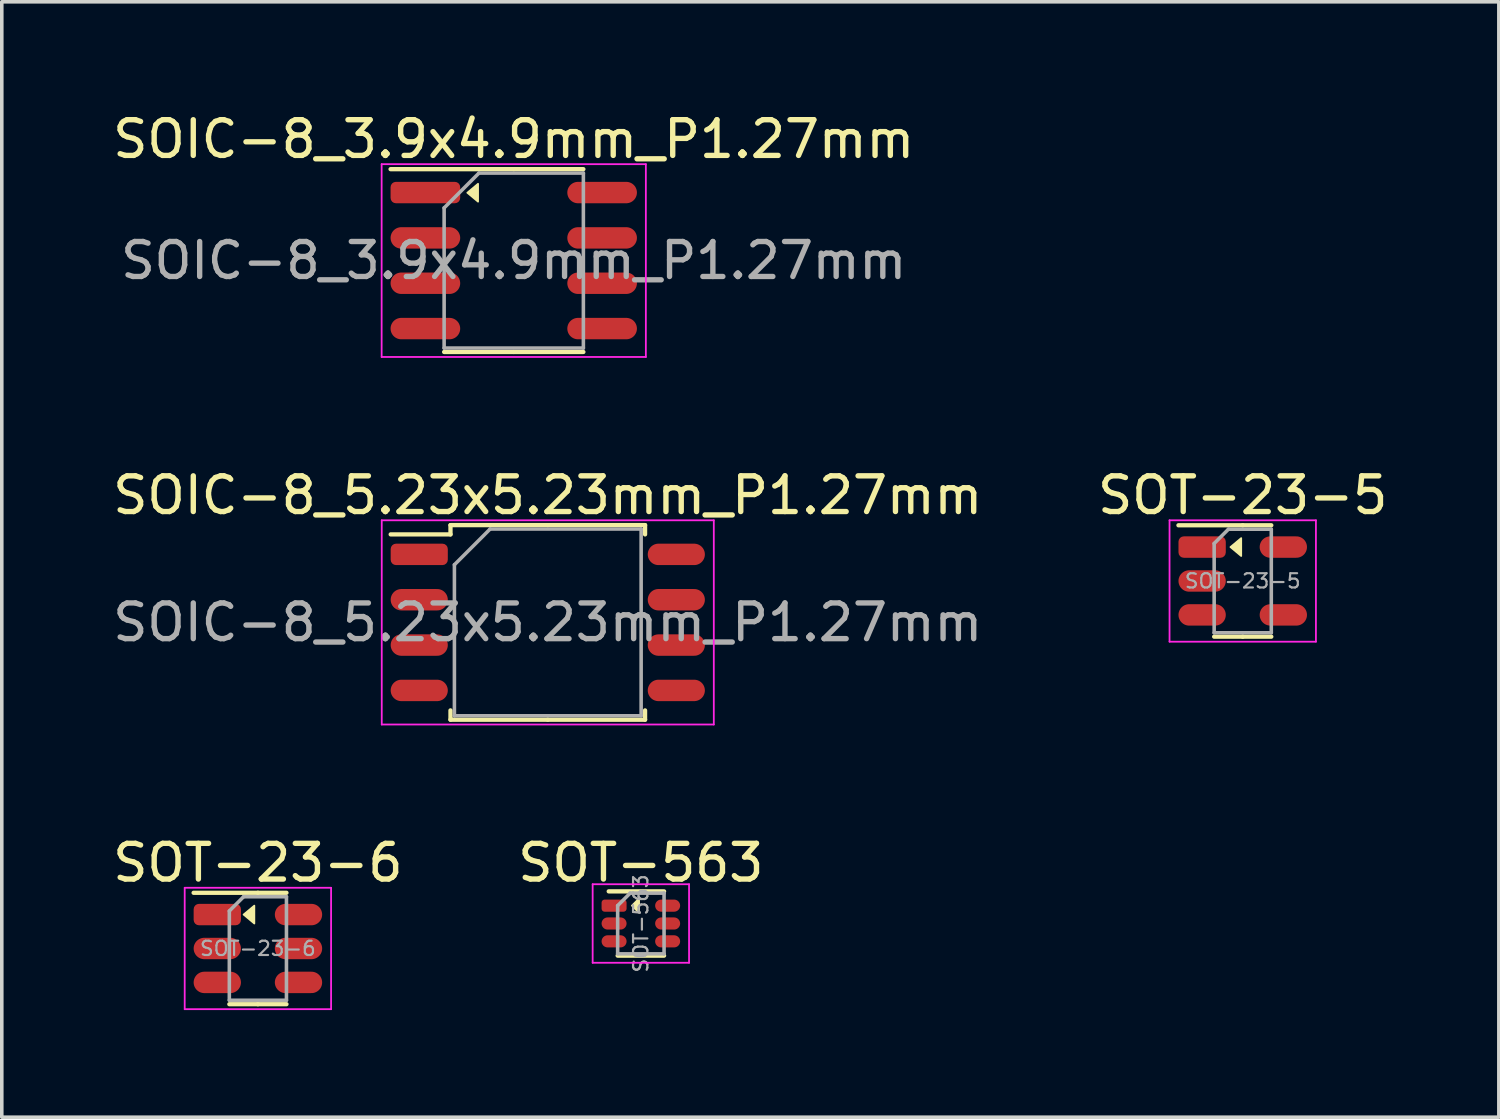
<source format=kicad_pcb>
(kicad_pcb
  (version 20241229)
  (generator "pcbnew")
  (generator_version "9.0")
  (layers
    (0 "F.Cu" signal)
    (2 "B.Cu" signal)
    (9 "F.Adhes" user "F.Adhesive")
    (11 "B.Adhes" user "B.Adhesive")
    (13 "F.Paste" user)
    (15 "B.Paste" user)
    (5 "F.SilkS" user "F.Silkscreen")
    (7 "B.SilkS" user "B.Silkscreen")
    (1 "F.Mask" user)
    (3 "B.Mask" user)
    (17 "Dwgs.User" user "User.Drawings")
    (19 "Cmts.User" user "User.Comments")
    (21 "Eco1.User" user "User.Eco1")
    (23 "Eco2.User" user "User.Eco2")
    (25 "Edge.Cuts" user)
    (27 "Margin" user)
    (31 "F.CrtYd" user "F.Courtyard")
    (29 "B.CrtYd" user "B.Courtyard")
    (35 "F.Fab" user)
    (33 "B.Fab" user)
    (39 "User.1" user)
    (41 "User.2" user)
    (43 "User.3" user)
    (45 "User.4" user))
  (footprint "SOT-23-5"
    (layer "F.Cu")
    (at 31.756 13.222)
    (property "Reference" "SOT-23-5" (at 0 -2.4 0) (layer "F.SilkS") (effects (font (size 1 1) (thickness 0.15))))
    (attr smd)
    (fp_line (start 0 -1.56) (end -1.8 -1.56) (stroke (width 0.12) (type solid)) (layer "F.SilkS"))
    (fp_line (start 0 -1.56) (end 0.8 -1.56) (stroke (width 0.12) (type solid)) (layer "F.SilkS"))
    (fp_line (start 0 1.56) (end -0.8 1.56) (stroke (width 0.12) (type solid)) (layer "F.SilkS"))
    (fp_line (start 0 1.56) (end 0.8 1.56) (stroke (width 0.12) (type solid)) (layer "F.SilkS"))
    (fp_poly (pts (xy -0.343 -0.95) (xy -0.043 -1.2) (xy -0.043 -0.7)) (stroke (width 0.05) (type solid)) (fill yes) (layer "F.SilkS"))
    (fp_line (start -2.05 -1.7) (end -2.05 1.7) (stroke (width 0.05) (type solid)) (layer "F.CrtYd"))
    (fp_line (start -2.05 1.7) (end 2.05 1.7) (stroke (width 0.05) (type solid)) (layer "F.CrtYd"))
    (fp_line (start 2.05 -1.7) (end -2.05 -1.7) (stroke (width 0.05) (type solid)) (layer "F.CrtYd"))
    (fp_line (start 2.05 1.7) (end 2.05 -1.7) (stroke (width 0.05) (type solid)) (layer "F.CrtYd"))
    (fp_line (start -0.8 -1.05) (end -0.4 -1.45) (stroke (width 0.1) (type solid)) (layer "F.Fab"))
    (fp_line (start -0.8 1.45) (end -0.8 -1.05) (stroke (width 0.1) (type solid)) (layer "F.Fab"))
    (fp_line (start -0.4 -1.45) (end 0.8 -1.45) (stroke (width 0.1) (type solid)) (layer "F.Fab"))
    (fp_line (start 0.8 -1.45) (end 0.8 1.45) (stroke (width 0.1) (type solid)) (layer "F.Fab"))
    (fp_line (start 0.8 1.45) (end -0.8 1.45) (stroke (width 0.1) (type solid)) (layer "F.Fab"))
    (fp_text user "${REFERENCE}" (at 0 0 0) (layer "F.Fab") (effects (font (size 0.4 0.4) (thickness 0.06))))
    (pad "1" smd roundrect (at -1.137 -0.95) (size 1.325 0.6) (layers "F.Cu" "F.Mask" "F.Paste") (roundrect_rratio 0.25))
    (pad "2" smd oval (at -1.137 0) (size 1.325 0.6) (layers "F.Cu" "F.Mask" "F.Paste"))
    (pad "3" smd oval (at -1.137 0.95) (size 1.325 0.6) (layers "F.Cu" "F.Mask" "F.Paste"))
    (pad "4" smd oval (at 1.137 0.95) (size 1.325 0.6) (layers "F.Cu" "F.Mask" "F.Paste"))
    (pad "5" smd oval (at 1.137 -0.95) (size 1.325 0.6) (layers "F.Cu" "F.Mask" "F.Paste")))
  (footprint "SOIC-8_5.23x5.23mm_P1.27mm"
    (layer "F.Cu")
    (at 12.292 14.382)
    (property "Reference" "SOIC-8_5.23x5.23mm_P1.27mm" (at 0 -3.56 0) (layer "F.SilkS") (effects (font (size 1 1) (thickness 0.15))))
    (attr smd)
    (fp_line (start -2.725 -2.725) (end -2.725 -2.465) (stroke (width 0.12) (type solid)) (layer "F.SilkS"))
    (fp_line (start -2.725 -2.465) (end -4.4 -2.465) (stroke (width 0.12) (type solid)) (layer "F.SilkS"))
    (fp_line (start -2.725 2.725) (end -2.725 2.465) (stroke (width 0.12) (type solid)) (layer "F.SilkS"))
    (fp_line (start 0 -2.725) (end -2.725 -2.725) (stroke (width 0.12) (type solid)) (layer "F.SilkS"))
    (fp_line (start 0 -2.725) (end 2.725 -2.725) (stroke (width 0.12) (type solid)) (layer "F.SilkS"))
    (fp_line (start 0 2.725) (end -2.725 2.725) (stroke (width 0.12) (type solid)) (layer "F.SilkS"))
    (fp_line (start 0 2.725) (end 2.725 2.725) (stroke (width 0.12) (type solid)) (layer "F.SilkS"))
    (fp_line (start 2.725 -2.725) (end 2.725 -2.465) (stroke (width 0.12) (type solid)) (layer "F.SilkS"))
    (fp_line (start 2.725 2.725) (end 2.725 2.465) (stroke (width 0.12) (type solid)) (layer "F.SilkS"))
    (fp_line (start -4.65 -2.86) (end -4.65 2.86) (stroke (width 0.05) (type solid)) (layer "F.CrtYd"))
    (fp_line (start -4.65 2.86) (end 4.65 2.86) (stroke (width 0.05) (type solid)) (layer "F.CrtYd"))
    (fp_line (start 4.65 -2.86) (end -4.65 -2.86) (stroke (width 0.05) (type solid)) (layer "F.CrtYd"))
    (fp_line (start 4.65 2.86) (end 4.65 -2.86) (stroke (width 0.05) (type solid)) (layer "F.CrtYd"))
    (fp_line (start -2.615 -1.615) (end -1.615 -2.615) (stroke (width 0.1) (type solid)) (layer "F.Fab"))
    (fp_line (start -2.615 2.615) (end -2.615 -1.615) (stroke (width 0.1) (type solid)) (layer "F.Fab"))
    (fp_line (start -1.615 -2.615) (end 2.615 -2.615) (stroke (width 0.1) (type solid)) (layer "F.Fab"))
    (fp_line (start 2.615 -2.615) (end 2.615 2.615) (stroke (width 0.1) (type solid)) (layer "F.Fab"))
    (fp_line (start 2.615 2.615) (end -2.615 2.615) (stroke (width 0.1) (type solid)) (layer "F.Fab"))
    (fp_text user "${REFERENCE}" (at 0 0 0) (layer "F.Fab") (effects (font (size 1 1) (thickness 0.15))))
    (pad "1" smd roundrect (at -3.6 -1.905) (size 1.6 0.6) (layers "F.Cu" "F.Mask" "F.Paste") (roundrect_rratio 0.25))
    (pad "2" smd oval (at -3.6 -0.635) (size 1.6 0.6) (layers "F.Cu" "F.Mask" "F.Paste"))
    (pad "3" smd oval (at -3.6 0.635) (size 1.6 0.6) (layers "F.Cu" "F.Mask" "F.Paste"))
    (pad "4" smd oval (at -3.6 1.905) (size 1.6 0.6) (layers "F.Cu" "F.Mask" "F.Paste"))
    (pad "5" smd oval (at 3.6 1.905) (size 1.6 0.6) (layers "F.Cu" "F.Mask" "F.Paste"))
    (pad "6" smd oval (at 3.6 0.635) (size 1.6 0.6) (layers "F.Cu" "F.Mask" "F.Paste"))
    (pad "7" smd oval (at 3.6 -0.635) (size 1.6 0.6) (layers "F.Cu" "F.Mask" "F.Paste"))
    (pad "8" smd oval (at 3.6 -1.905) (size 1.6 0.6) (layers "F.Cu" "F.Mask" "F.Paste")))
  (footprint "SOT-23-6"
    (layer "F.Cu")
    (at 4.173 23.515)
    (property "Reference" "SOT-23-6" (at 0 -2.4 0) (layer "F.SilkS") (effects (font (size 1 1) (thickness 0.15))))
    (attr smd)
    (fp_line (start 0 -1.56) (end -1.8 -1.56) (stroke (width 0.12) (type solid)) (layer "F.SilkS"))
    (fp_line (start 0 -1.56) (end 0.8 -1.56) (stroke (width 0.12) (type solid)) (layer "F.SilkS"))
    (fp_line (start 0 1.56) (end -0.8 1.56) (stroke (width 0.12) (type solid)) (layer "F.SilkS"))
    (fp_line (start 0 1.56) (end 0.8 1.56) (stroke (width 0.12) (type solid)) (layer "F.SilkS"))
    (fp_poly (pts (xy -0.4 -0.95) (xy -0.1 -1.2) (xy -0.1 -0.7)) (stroke (width 0.05) (type solid)) (fill yes) (layer "F.SilkS"))
    (fp_line (start -2.05 -1.7) (end -2.05 1.7) (stroke (width 0.05) (type solid)) (layer "F.CrtYd"))
    (fp_line (start -2.05 1.7) (end 2.05 1.7) (stroke (width 0.05) (type solid)) (layer "F.CrtYd"))
    (fp_line (start 2.05 -1.7) (end -2.05 -1.7) (stroke (width 0.05) (type solid)) (layer "F.CrtYd"))
    (fp_line (start 2.05 1.7) (end 2.05 -1.7) (stroke (width 0.05) (type solid)) (layer "F.CrtYd"))
    (fp_line (start -0.8 -1.05) (end -0.4 -1.45) (stroke (width 0.1) (type solid)) (layer "F.Fab"))
    (fp_line (start -0.8 1.45) (end -0.8 -1.05) (stroke (width 0.1) (type solid)) (layer "F.Fab"))
    (fp_line (start -0.4 -1.45) (end 0.8 -1.45) (stroke (width 0.1) (type solid)) (layer "F.Fab"))
    (fp_line (start 0.8 -1.45) (end 0.8 1.45) (stroke (width 0.1) (type solid)) (layer "F.Fab"))
    (fp_line (start 0.8 1.45) (end -0.8 1.45) (stroke (width 0.1) (type solid)) (layer "F.Fab"))
    (fp_text user "${REFERENCE}" (at 0 0 0) (layer "F.Fab") (effects (font (size 0.4 0.4) (thickness 0.06))))
    (pad "1" smd roundrect (at -1.137 -0.95) (size 1.325 0.6) (layers "F.Cu" "F.Mask" "F.Paste") (roundrect_rratio 0.25))
    (pad "2" smd oval (at -1.137 0) (size 1.325 0.6) (layers "F.Cu" "F.Mask" "F.Paste"))
    (pad "3" smd oval (at -1.137 0.95) (size 1.325 0.6) (layers "F.Cu" "F.Mask" "F.Paste"))
    (pad "4" smd oval (at 1.137 0.95) (size 1.325 0.6) (layers "F.Cu" "F.Mask" "F.Paste"))
    (pad "5" smd oval (at 1.137 0) (size 1.325 0.6) (layers "F.Cu" "F.Mask" "F.Paste"))
    (pad "6" smd oval (at 1.137 -0.95) (size 1.325 0.6) (layers "F.Cu" "F.Mask" "F.Paste")))
  (footprint "SOT-563"
    (layer "F.Cu")
    (at 14.899 22.815)
    (property "Reference" "SOT-563" (at 0 -1.7 0) (layer "F.SilkS") (effects (font (size 1 1) (thickness 0.15))))
    (attr smd)
    (fp_line (start -0.9 -0.9) (end 0.65 -0.9) (stroke (width 0.12) (type solid)) (layer "F.SilkS"))
    (fp_line (start 0.65 0.9) (end -0.65 0.9) (stroke (width 0.12) (type solid)) (layer "F.SilkS"))
    (fp_poly (pts (xy -0.25 -0.5) (xy -0.05 -0.7) (xy -0.05 -0.3)) (stroke (width 0.05) (type solid)) (fill yes) (layer "F.SilkS"))
    (fp_line (start -1.35 -1.1) (end -1.35 1.1) (stroke (width 0.05) (type solid)) (layer "F.CrtYd"))
    (fp_line (start -1.35 -1.1) (end 1.35 -1.1) (stroke (width 0.05) (type solid)) (layer "F.CrtYd"))
    (fp_line (start 1.35 1.1) (end -1.35 1.1) (stroke (width 0.05) (type solid)) (layer "F.CrtYd"))
    (fp_line (start 1.35 1.1) (end 1.35 -1.1) (stroke (width 0.05) (type solid)) (layer "F.CrtYd"))
    (fp_line (start -0.65 -0.5) (end -0.65 0.85) (stroke (width 0.1) (type solid)) (layer "F.Fab"))
    (fp_line (start -0.65 -0.5) (end -0.3 -0.85) (stroke (width 0.1) (type solid)) (layer "F.Fab"))
    (fp_line (start -0.65 0.85) (end 0.65 0.85) (stroke (width 0.1) (type solid)) (layer "F.Fab"))
    (fp_line (start 0.65 -0.85) (end -0.3 -0.85) (stroke (width 0.1) (type solid)) (layer "F.Fab"))
    (fp_line (start 0.65 0.85) (end 0.65 -0.85) (stroke (width 0.1) (type solid)) (layer "F.Fab"))
    (fp_text user "${REFERENCE}" (at 0 0 90) (layer "F.Fab") (effects (font (size 0.4 0.4) (thickness 0.062))))
    (pad "1" smd roundrect (at -0.75 -0.5) (size 0.7 0.34) (layers "F.Cu" "F.Mask" "F.Paste") (roundrect_rratio 0.25))
    (pad "2" smd oval (at -0.75 0) (size 0.7 0.34) (layers "F.Cu" "F.Mask" "F.Paste"))
    (pad "3" smd oval (at -0.75 0.5) (size 0.7 0.34) (layers "F.Cu" "F.Mask" "F.Paste"))
    (pad "4" smd oval (at 0.75 0.5) (size 0.7 0.34) (layers "F.Cu" "F.Mask" "F.Paste"))
    (pad "5" smd oval (at 0.75 0) (size 0.7 0.34) (layers "F.Cu" "F.Mask" "F.Paste"))
    (pad "6" smd oval (at 0.75 -0.5) (size 0.7 0.34) (layers "F.Cu" "F.Mask" "F.Paste")))
  (footprint "SOIC-8_3.9x4.9mm_P1.27mm"
    (layer "F.Cu")
    (at 11.339 4.248)
    (property "Reference" "SOIC-8_3.9x4.9mm_P1.27mm" (at 0 -3.4 0) (layer "F.SilkS") (effects (font (size 1 1) (thickness 0.15))))
    (attr smd)
    (fp_line (start 0 -2.56) (end -3.45 -2.56) (stroke (width 0.12) (type solid)) (layer "F.SilkS"))
    (fp_line (start 0 -2.56) (end 1.95 -2.56) (stroke (width 0.12) (type solid)) (layer "F.SilkS"))
    (fp_line (start 0 2.56) (end -1.95 2.56) (stroke (width 0.12) (type solid)) (layer "F.SilkS"))
    (fp_line (start 0 2.56) (end 1.95 2.56) (stroke (width 0.12) (type solid)) (layer "F.SilkS"))
    (fp_poly (pts (xy -1.3 -1.9) (xy -1 -2.15) (xy -1 -1.65)) (stroke (width 0.05) (type solid)) (fill yes) (layer "F.SilkS"))
    (fp_line (start -3.7 -2.7) (end -3.7 2.7) (stroke (width 0.05) (type solid)) (layer "F.CrtYd"))
    (fp_line (start -3.7 2.7) (end 3.7 2.7) (stroke (width 0.05) (type solid)) (layer "F.CrtYd"))
    (fp_line (start 3.7 -2.7) (end -3.7 -2.7) (stroke (width 0.05) (type solid)) (layer "F.CrtYd"))
    (fp_line (start 3.7 2.7) (end 3.7 -2.7) (stroke (width 0.05) (type solid)) (layer "F.CrtYd"))
    (fp_line (start -1.95 -1.475) (end -0.975 -2.45) (stroke (width 0.1) (type solid)) (layer "F.Fab"))
    (fp_line (start -1.95 2.45) (end -1.95 -1.475) (stroke (width 0.1) (type solid)) (layer "F.Fab"))
    (fp_line (start -0.975 -2.45) (end 1.95 -2.45) (stroke (width 0.1) (type solid)) (layer "F.Fab"))
    (fp_line (start 1.95 -2.45) (end 1.95 2.45) (stroke (width 0.1) (type solid)) (layer "F.Fab"))
    (fp_line (start 1.95 2.45) (end -1.95 2.45) (stroke (width 0.1) (type solid)) (layer "F.Fab"))
    (fp_text user "${REFERENCE}" (at 0 0 0) (layer "F.Fab") (effects (font (size 0.98 0.98) (thickness 0.15))))
    (pad "1" smd roundrect (at -2.475 -1.905) (size 1.95 0.6) (layers "F.Cu" "F.Mask" "F.Paste") (roundrect_rratio 0.25))
    (pad "2" smd oval (at -2.475 -0.635) (size 1.95 0.6) (layers "F.Cu" "F.Mask" "F.Paste"))
    (pad "3" smd oval (at -2.475 0.635) (size 1.95 0.6) (layers "F.Cu" "F.Mask" "F.Paste"))
    (pad "4" smd oval (at -2.475 1.905) (size 1.95 0.6) (layers "F.Cu" "F.Mask" "F.Paste"))
    (pad "5" smd oval (at 2.475 1.905) (size 1.95 0.6) (layers "F.Cu" "F.Mask" "F.Paste"))
    (pad "6" smd oval (at 2.475 0.635) (size 1.95 0.6) (layers "F.Cu" "F.Mask" "F.Paste"))
    (pad "7" smd oval (at 2.475 -0.635) (size 1.95 0.6) (layers "F.Cu" "F.Mask" "F.Paste"))
    (pad "8" smd oval (at 2.475 -1.905) (size 1.95 0.6) (layers "F.Cu" "F.Mask" "F.Paste")))
  (gr_rect
    (start -3 -3)
    (end 38.929 28.24)
    (stroke (width 0.1) (type default))
    (fill no)
    (layer "Edge.Cuts")))
</source>
